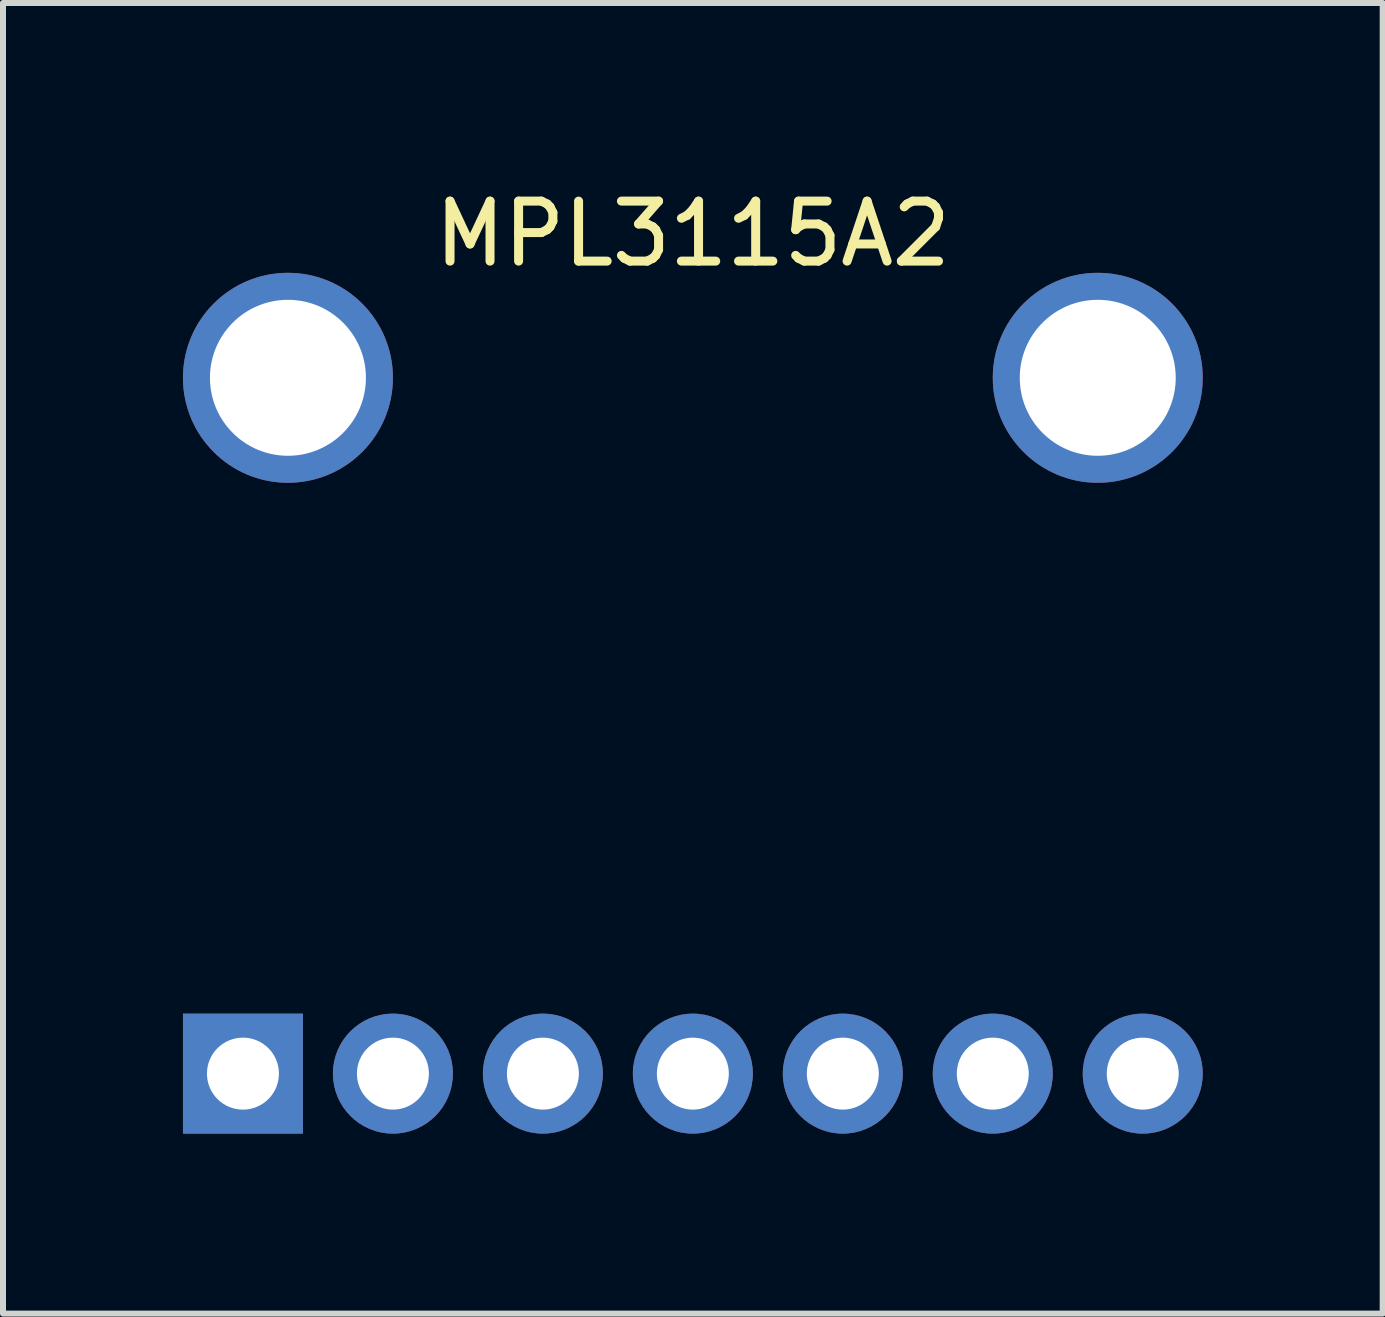
<source format=kicad_pcb>
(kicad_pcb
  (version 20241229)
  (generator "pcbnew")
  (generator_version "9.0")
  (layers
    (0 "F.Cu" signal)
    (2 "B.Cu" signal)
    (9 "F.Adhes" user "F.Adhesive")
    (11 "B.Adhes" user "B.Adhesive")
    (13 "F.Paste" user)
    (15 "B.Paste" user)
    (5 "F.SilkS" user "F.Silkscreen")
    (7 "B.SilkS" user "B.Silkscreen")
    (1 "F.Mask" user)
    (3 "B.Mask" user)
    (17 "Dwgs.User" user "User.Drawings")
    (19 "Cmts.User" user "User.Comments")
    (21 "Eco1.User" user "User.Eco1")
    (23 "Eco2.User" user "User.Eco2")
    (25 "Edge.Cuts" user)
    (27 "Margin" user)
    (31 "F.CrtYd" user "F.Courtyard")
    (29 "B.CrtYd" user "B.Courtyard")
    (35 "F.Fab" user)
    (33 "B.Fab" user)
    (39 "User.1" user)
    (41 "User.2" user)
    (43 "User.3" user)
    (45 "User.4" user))
  (footprint "MPL3115A2"
    (layer "F.Cu")
    (at 8.5 14.848)
    (property "Reference" "MPL3115A2" (at 0 -14 0) (unlocked yes) (layer "F.SilkS") (effects (font (size 1 1) (thickness 0.15))))
    (attr through_hole)
    (pad "1" thru_hole circle (at -6.75 -11.6) (size 3.5 3.5) (drill 2.6) (layers "*.Cu" "*.Mask"))
    (pad "2" thru_hole circle (at 6.75 -11.6) (size 3.5 3.5) (drill 2.6) (layers "*.Cu" "*.Mask"))
    (pad "3vo" thru_hole circle (at -2.5 0) (size 2 2) (drill 1.2) (layers "*.Cu" "*.Mask"))
    (pad "GND" thru_hole circle (at -5 0) (size 2 2) (drill 1.2) (layers "*.Cu" "*.Mask"))
    (pad "INT1" thru_hole circle (at 2.5 0) (size 2 2) (drill 1.2) (layers "*.Cu" "*.Mask"))
    (pad "INT2" thru_hole circle (at 0 0) (size 2 2) (drill 1.2) (layers "*.Cu" "*.Mask"))
    (pad "SCL" thru_hole circle (at 5 0) (size 2 2) (drill 1.2) (layers "*.Cu" "*.Mask"))
    (pad "SDA" thru_hole circle (at 7.5 0) (size 2 2) (drill 1.2) (layers "*.Cu" "*.Mask"))
    (pad "Vin" thru_hole rect (at -7.5 0) (size 2 2) (drill 1.2) (layers "*.Cu" "*.Mask")))
  (gr_rect
    (start -3 -3)
    (end 20 18.848)
    (stroke (width 0.1) (type default))
    (fill no)
    (layer "Edge.Cuts")))
</source>
